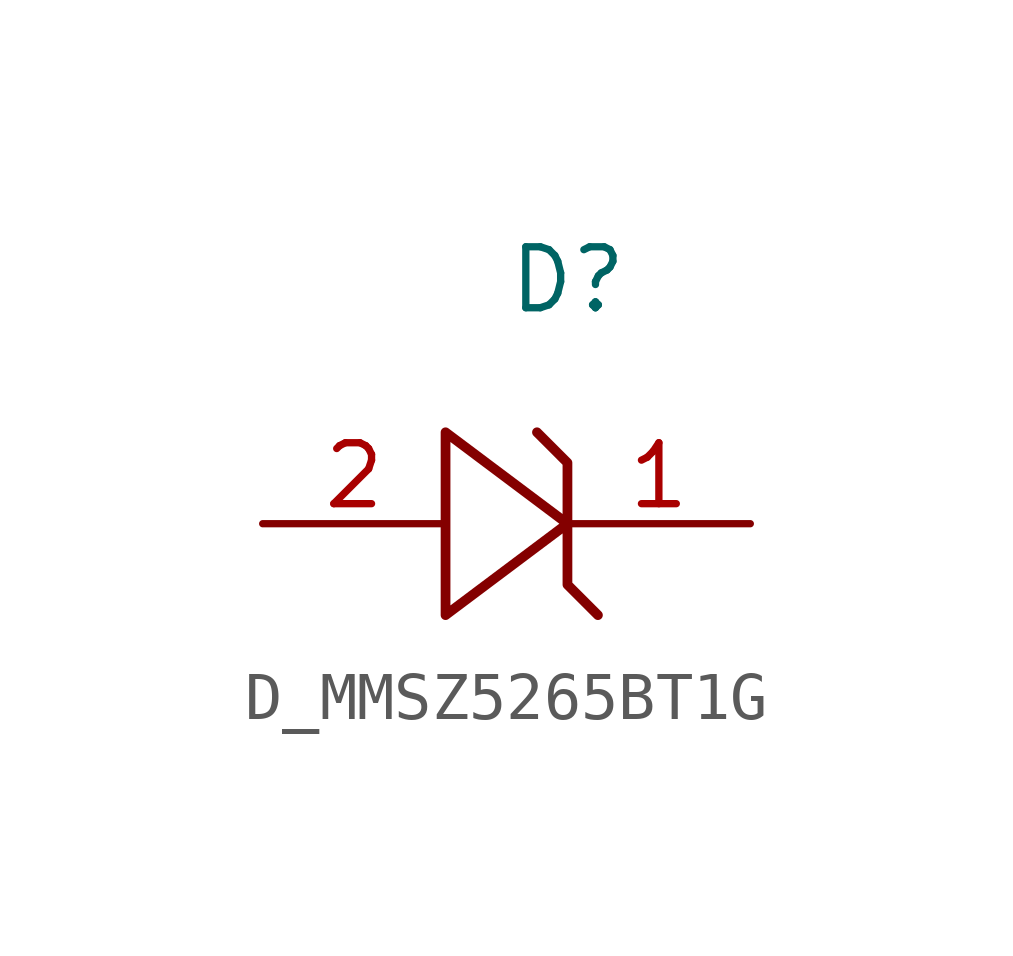
<source format=kicad_sym>
(kicad_symbol_lib
  (version 20231120)
  (generator kicad_symbol_editor)
  (generator_version 8.0)
  (symbol "D_MMSZ5265BT1G"
    (pin_names
      (offset 0.254))
    (property "Reference" "D"
      (at 0 5.08 0)
      (effects (font (size 1.27 1.27)) (justify left)))
    (symbol "D_MMSZ5265BT1G_1_0"
      (polyline (pts (xy 0.635 1.905) (xy 1.27 1.27) (xy 1.27 0) (xy -1.27 1.905) (xy -1.27 -1.905) (xy 1.27 0) (xy 1.27 -1.27) (xy 1.905 -1.905)) (stroke (width 0.203) (type default)) (fill (type none)))
      (pin unspecified line (at 5.08 0 180) (length 3.81) (name "" (effects (font (size 1.27 1.27)))) (number "1" (effects (font (size 1.27 1.27)))))
      (pin unspecified line (at -5.08 0 0) (length 3.81) (name "" (effects (font (size 1.27 1.27)))) (number "2" (effects (font (size 1.27 1.27))))))))
</source>
